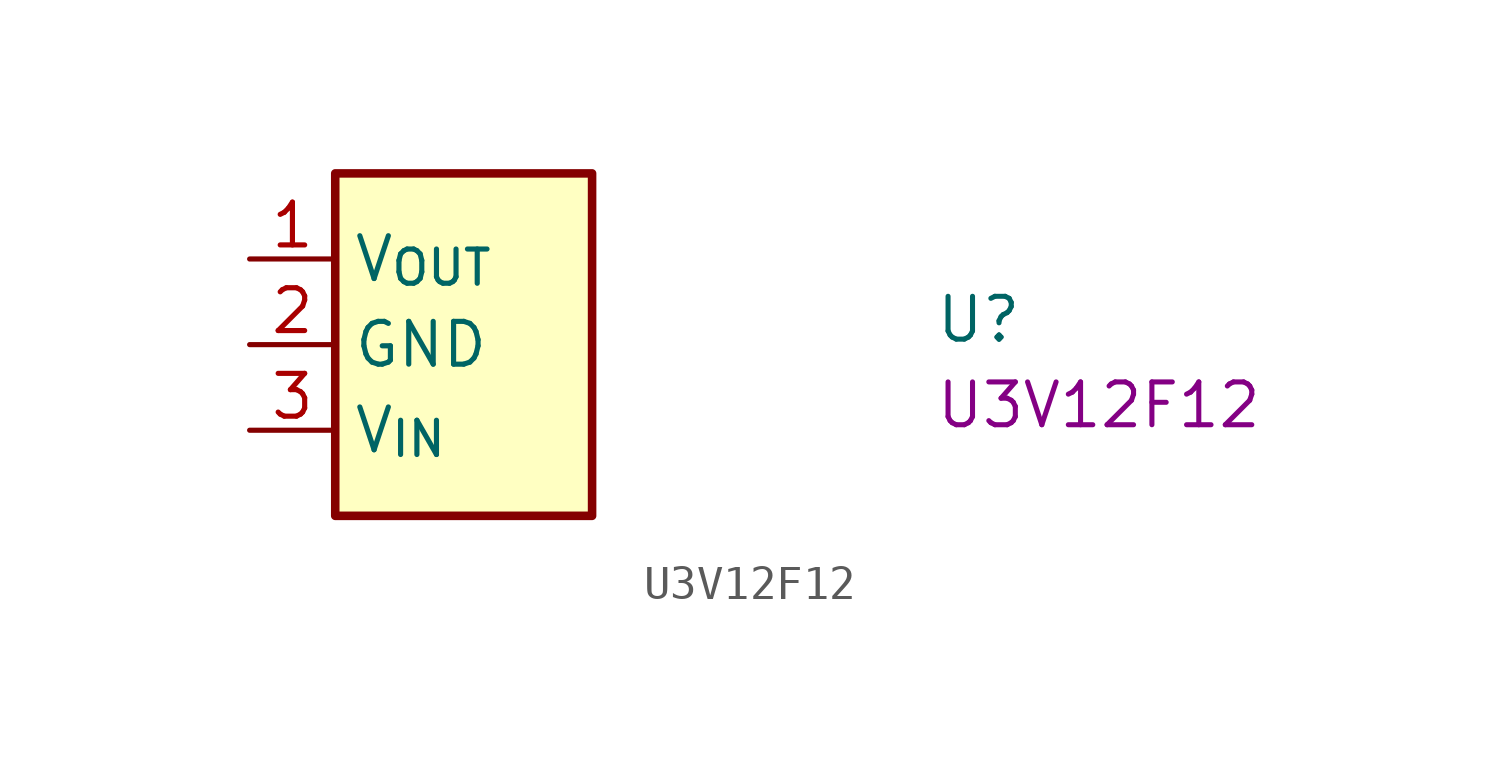
<source format=kicad_sym>
(kicad_symbol_lib
  (version 20220914)
  (generator kicad_symbol_editor)
  (symbol "U3V12F12"
    (property "Reference" "U"
      (at 20.32 -2.54 0)
      (effects (font (size 1.27 1.27) (thickness 0.15)) (justify left bottom)))
    (property "MPN" "U3V12F12"
      (at 20.32 -5.08 0)
      (effects (font (size 1.27 1.27) (thickness 0.15)) (justify left bottom)))
    (symbol "U3V12F12_1_1"
      (rectangle (start 2.54 2.54) (end 10.16 -7.62) (stroke (width 0.254) (type default)) (fill (type background)))
      (pin power_out line (at 0 0 0) (length 2.54) (name "V_{OUT}" (effects (font (size 1.27 1.27)))) (number "1" (effects (font (size 1.27 1.27)))))
      (pin power_in line (at 0 -2.54 0) (length 2.54) (name "GND" (effects (font (size 1.27 1.27)))) (number "2" (effects (font (size 1.27 1.27)))))
      (pin power_in line (at 0 -5.08 0) (length 2.54) (name "V_{IN}" (effects (font (size 1.27 1.27)))) (number "3" (effects (font (size 1.27 1.27))))))))
</source>
